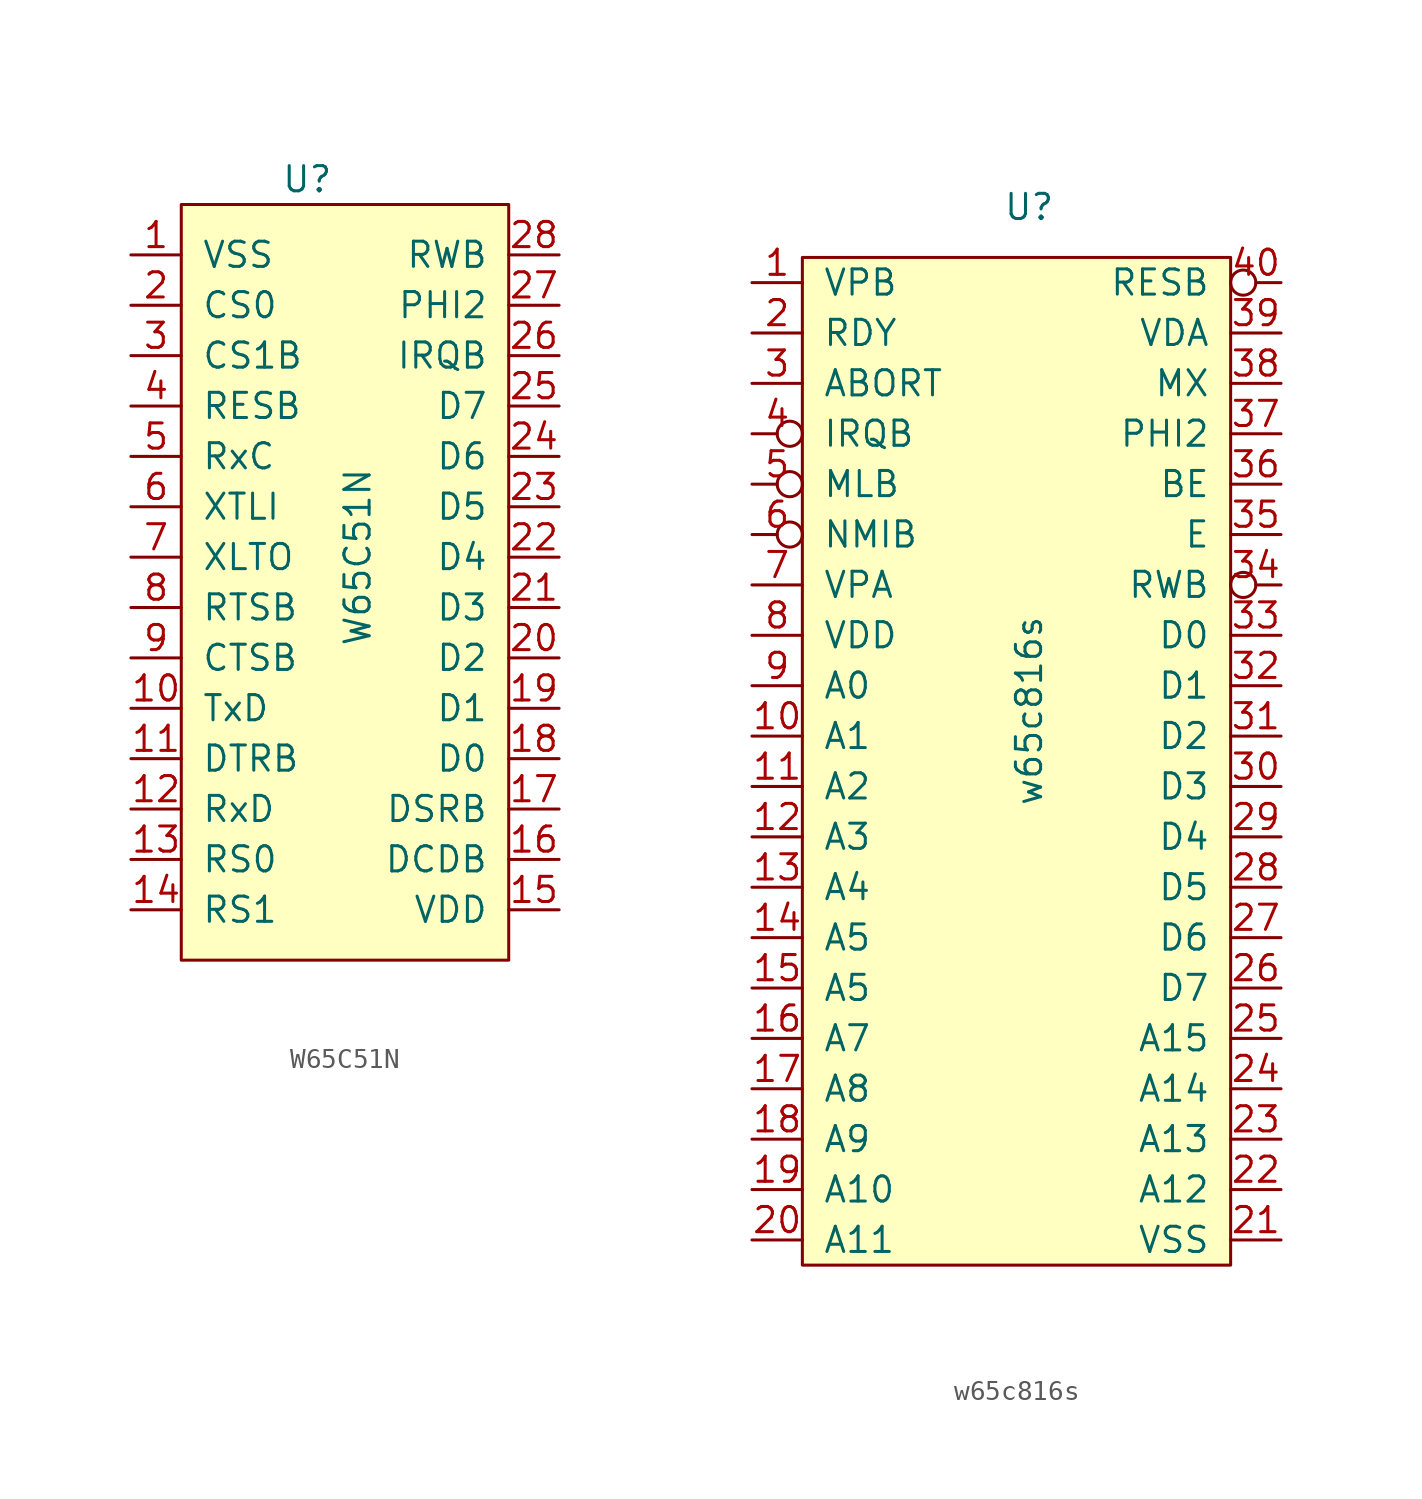
<source format=kicad_sym>
(kicad_symbol_lib
  (version 20241209)
  (generator "kicad_symbol_editor")
  (generator_version "9.0")
  (symbol "W65C51N"
    (pin_names
      (offset 1.016))
    (property "Reference" "U"
      (at -2.54 19.05 0)
      (effects (font (size 1.27 1.27))))
    (property "Value" "W65C51N"
      (at 0 0 90)
      (effects (font (size 1.27 1.27))))
    (symbol "W65C51N_0_1"
      (rectangle (start -8.89 17.78) (end 7.62 -20.32) (stroke (width 0) (type solid)) (fill (type background))))
    (symbol "W65C51N_1_1"
      (pin power_in line (at -11.43 15.24 0) (length 2.54) (name "VSS" (effects (font (size 1.27 1.27)))) (number "1" (effects (font (size 1.27 1.27)))))
      (pin input line (at -11.43 12.7 0) (length 2.54) (name "CS0" (effects (font (size 1.27 1.27)))) (number "2" (effects (font (size 1.27 1.27)))))
      (pin input line (at -11.43 10.16 0) (length 2.54) (name "CS1B" (effects (font (size 1.27 1.27)))) (number "3" (effects (font (size 1.27 1.27)))))
      (pin input line (at -11.43 7.62 0) (length 2.54) (name "RESB" (effects (font (size 1.27 1.27)))) (number "4" (effects (font (size 1.27 1.27)))))
      (pin bidirectional line (at -11.43 5.08 0) (length 2.54) (name "RxC" (effects (font (size 1.27 1.27)))) (number "5" (effects (font (size 1.27 1.27)))))
      (pin input line (at -11.43 2.54 0) (length 2.54) (name "XTLI" (effects (font (size 1.27 1.27)))) (number "6" (effects (font (size 1.27 1.27)))))
      (pin output line (at -11.43 0 0) (length 2.54) (name "XLTO" (effects (font (size 1.27 1.27)))) (number "7" (effects (font (size 1.27 1.27)))))
      (pin output line (at -11.43 -2.54 0) (length 2.54) (name "RTSB" (effects (font (size 1.27 1.27)))) (number "8" (effects (font (size 1.27 1.27)))))
      (pin input line (at -11.43 -5.08 0) (length 2.54) (name "CTSB" (effects (font (size 1.27 1.27)))) (number "9" (effects (font (size 1.27 1.27)))))
      (pin output line (at -11.43 -7.62 0) (length 2.54) (name "TxD" (effects (font (size 1.27 1.27)))) (number "10" (effects (font (size 1.27 1.27)))))
      (pin output line (at -11.43 -10.16 0) (length 2.54) (name "DTRB" (effects (font (size 1.27 1.27)))) (number "11" (effects (font (size 1.27 1.27)))))
      (pin input line (at -11.43 -12.7 0) (length 2.54) (name "RxD" (effects (font (size 1.27 1.27)))) (number "12" (effects (font (size 1.27 1.27)))))
      (pin input line (at -11.43 -15.24 0) (length 2.54) (name "RS0" (effects (font (size 1.27 1.27)))) (number "13" (effects (font (size 1.27 1.27)))))
      (pin input line (at -11.43 -17.78 0) (length 2.54) (name "RS1" (effects (font (size 1.27 1.27)))) (number "14" (effects (font (size 1.27 1.27)))))
      (pin input line (at 10.16 15.24 180) (length 2.54) (name "RWB" (effects (font (size 1.27 1.27)))) (number "28" (effects (font (size 1.27 1.27)))))
      (pin input line (at 10.16 12.7 180) (length 2.54) (name "PHI2" (effects (font (size 1.27 1.27)))) (number "27" (effects (font (size 1.27 1.27)))))
      (pin open_collector line (at 10.16 10.16 180) (length 2.54) (name "IRQB" (effects (font (size 1.27 1.27)))) (number "26" (effects (font (size 1.27 1.27)))))
      (pin tri_state line (at 10.16 7.62 180) (length 2.54) (name "D7" (effects (font (size 1.27 1.27)))) (number "25" (effects (font (size 1.27 1.27)))))
      (pin tri_state line (at 10.16 5.08 180) (length 2.54) (name "D6" (effects (font (size 1.27 1.27)))) (number "24" (effects (font (size 1.27 1.27)))))
      (pin tri_state line (at 10.16 2.54 180) (length 2.54) (name "D5" (effects (font (size 1.27 1.27)))) (number "23" (effects (font (size 1.27 1.27)))))
      (pin tri_state line (at 10.16 0 180) (length 2.54) (name "D4" (effects (font (size 1.27 1.27)))) (number "22" (effects (font (size 1.27 1.27)))))
      (pin tri_state line (at 10.16 -2.54 180) (length 2.54) (name "D3" (effects (font (size 1.27 1.27)))) (number "21" (effects (font (size 1.27 1.27)))))
      (pin tri_state line (at 10.16 -5.08 180) (length 2.54) (name "D2" (effects (font (size 1.27 1.27)))) (number "20" (effects (font (size 1.27 1.27)))))
      (pin tri_state line (at 10.16 -7.62 180) (length 2.54) (name "D1" (effects (font (size 1.27 1.27)))) (number "19" (effects (font (size 1.27 1.27)))))
      (pin tri_state line (at 10.16 -10.16 180) (length 2.54) (name "D0" (effects (font (size 1.27 1.27)))) (number "18" (effects (font (size 1.27 1.27)))))
      (pin input line (at 10.16 -12.7 180) (length 2.54) (name "DSRB" (effects (font (size 1.27 1.27)))) (number "17" (effects (font (size 1.27 1.27)))))
      (pin input line (at 10.16 -15.24 180) (length 2.54) (name "DCDB" (effects (font (size 1.27 1.27)))) (number "16" (effects (font (size 1.27 1.27)))))
      (pin power_in line (at 10.16 -17.78 180) (length 2.54) (name "VDD" (effects (font (size 1.27 1.27)))) (number "15" (effects (font (size 1.27 1.27)))))))
  (symbol "w65c816s"
    (pin_names
      (offset 1.016))
    (property "Reference" "U"
      (at 0 25.4 0)
      (effects (font (size 1.27 1.27))))
    (property "Value" "w65c816s"
      (at 0 0 90)
      (effects (font (size 1.27 1.27))))
    (symbol "w65c816s_0_1"
      (rectangle (start -11.43 -27.94) (end 10.16 22.86) (stroke (width 0) (type solid)) (fill (type background))))
    (symbol "w65c816s_1_1"
      (pin output line (at -13.97 21.59 0) (length 2.54) (name "VPB" (effects (font (size 1.27 1.27)))) (number "1" (effects (font (size 1.27 1.27)))))
      (pin bidirectional line (at -13.97 19.05 0) (length 2.54) (name "RDY" (effects (font (size 1.27 1.27)))) (number "2" (effects (font (size 1.27 1.27)))))
      (pin input line (at -13.97 16.51 0) (length 2.54) (name "ABORT" (effects (font (size 1.27 1.27)))) (number "3" (effects (font (size 1.27 1.27)))))
      (pin input inverted (at -13.97 13.97 0) (length 2.54) (name "IRQB" (effects (font (size 1.27 1.27)))) (number "4" (effects (font (size 1.27 1.27)))))
      (pin output inverted (at -13.97 11.43 0) (length 2.54) (name "MLB" (effects (font (size 1.27 1.27)))) (number "5" (effects (font (size 1.27 1.27)))))
      (pin input inverted (at -13.97 8.89 0) (length 2.54) (name "NMIB" (effects (font (size 1.27 1.27)))) (number "6" (effects (font (size 1.27 1.27)))))
      (pin output line (at -13.97 6.35 0) (length 2.54) (name "VPA" (effects (font (size 1.27 1.27)))) (number "7" (effects (font (size 1.27 1.27)))))
      (pin power_in line (at -13.97 3.81 0) (length 2.54) (name "VDD" (effects (font (size 1.27 1.27)))) (number "8" (effects (font (size 1.27 1.27)))))
      (pin output line (at -13.97 1.27 0) (length 2.54) (name "A0" (effects (font (size 1.27 1.27)))) (number "9" (effects (font (size 1.27 1.27)))))
      (pin output line (at -13.97 -1.27 0) (length 2.54) (name "A1" (effects (font (size 1.27 1.27)))) (number "10" (effects (font (size 1.27 1.27)))))
      (pin output line (at -13.97 -3.81 0) (length 2.54) (name "A2" (effects (font (size 1.27 1.27)))) (number "11" (effects (font (size 1.27 1.27)))))
      (pin output line (at -13.97 -6.35 0) (length 2.54) (name "A3" (effects (font (size 1.27 1.27)))) (number "12" (effects (font (size 1.27 1.27)))))
      (pin output line (at -13.97 -8.89 0) (length 2.54) (name "A4" (effects (font (size 1.27 1.27)))) (number "13" (effects (font (size 1.27 1.27)))))
      (pin output line (at -13.97 -11.43 0) (length 2.54) (name "A5" (effects (font (size 1.27 1.27)))) (number "14" (effects (font (size 1.27 1.27)))))
      (pin output line (at -13.97 -13.97 0) (length 2.54) (name "A5" (effects (font (size 1.27 1.27)))) (number "15" (effects (font (size 1.27 1.27)))))
      (pin output line (at -13.97 -16.51 0) (length 2.54) (name "A7" (effects (font (size 1.27 1.27)))) (number "16" (effects (font (size 1.27 1.27)))))
      (pin output line (at -13.97 -19.05 0) (length 2.54) (name "A8" (effects (font (size 1.27 1.27)))) (number "17" (effects (font (size 1.27 1.27)))))
      (pin output line (at -13.97 -21.59 0) (length 2.54) (name "A9" (effects (font (size 1.27 1.27)))) (number "18" (effects (font (size 1.27 1.27)))))
      (pin output line (at -13.97 -24.13 0) (length 2.54) (name "A10" (effects (font (size 1.27 1.27)))) (number "19" (effects (font (size 1.27 1.27)))))
      (pin output line (at -13.97 -26.67 0) (length 2.54) (name "A11" (effects (font (size 1.27 1.27)))) (number "20" (effects (font (size 1.27 1.27)))))
      (pin input inverted (at 12.7 21.59 180) (length 2.54) (name "RESB" (effects (font (size 1.27 1.27)))) (number "40" (effects (font (size 1.27 1.27)))))
      (pin output line (at 12.7 19.05 180) (length 2.54) (name "VDA" (effects (font (size 1.27 1.27)))) (number "39" (effects (font (size 1.27 1.27)))))
      (pin output line (at 12.7 16.51 180) (length 2.54) (name "MX" (effects (font (size 1.27 1.27)))) (number "38" (effects (font (size 1.27 1.27)))))
      (pin input line (at 12.7 13.97 180) (length 2.54) (name "PHI2" (effects (font (size 1.27 1.27)))) (number "37" (effects (font (size 1.27 1.27)))))
      (pin input line (at 12.7 11.43 180) (length 2.54) (name "BE" (effects (font (size 1.27 1.27)))) (number "36" (effects (font (size 1.27 1.27)))))
      (pin output line (at 12.7 8.89 180) (length 2.54) (name "E" (effects (font (size 1.27 1.27)))) (number "35" (effects (font (size 1.27 1.27)))))
      (pin output inverted (at 12.7 6.35 180) (length 2.54) (name "RWB" (effects (font (size 1.27 1.27)))) (number "34" (effects (font (size 1.27 1.27)))))
      (pin bidirectional line (at 12.7 3.81 180) (length 2.54) (name "D0" (effects (font (size 1.27 1.27)))) (number "33" (effects (font (size 1.27 1.27)))))
      (pin bidirectional line (at 12.7 1.27 180) (length 2.54) (name "D1" (effects (font (size 1.27 1.27)))) (number "32" (effects (font (size 1.27 1.27)))))
      (pin bidirectional line (at 12.7 -1.27 180) (length 2.54) (name "D2" (effects (font (size 1.27 1.27)))) (number "31" (effects (font (size 1.27 1.27)))))
      (pin bidirectional line (at 12.7 -3.81 180) (length 2.54) (name "D3" (effects (font (size 1.27 1.27)))) (number "30" (effects (font (size 1.27 1.27)))))
      (pin bidirectional line (at 12.7 -6.35 180) (length 2.54) (name "D4" (effects (font (size 1.27 1.27)))) (number "29" (effects (font (size 1.27 1.27)))))
      (pin bidirectional line (at 12.7 -8.89 180) (length 2.54) (name "D5" (effects (font (size 1.27 1.27)))) (number "28" (effects (font (size 1.27 1.27)))))
      (pin bidirectional line (at 12.7 -11.43 180) (length 2.54) (name "D6" (effects (font (size 1.27 1.27)))) (number "27" (effects (font (size 1.27 1.27)))))
      (pin bidirectional line (at 12.7 -13.97 180) (length 2.54) (name "D7" (effects (font (size 1.27 1.27)))) (number "26" (effects (font (size 1.27 1.27)))))
      (pin output line (at 12.7 -16.51 180) (length 2.54) (name "A15" (effects (font (size 1.27 1.27)))) (number "25" (effects (font (size 1.27 1.27)))))
      (pin output line (at 12.7 -19.05 180) (length 2.54) (name "A14" (effects (font (size 1.27 1.27)))) (number "24" (effects (font (size 1.27 1.27)))))
      (pin output line (at 12.7 -21.59 180) (length 2.54) (name "A13" (effects (font (size 1.27 1.27)))) (number "23" (effects (font (size 1.27 1.27)))))
      (pin output line (at 12.7 -24.13 180) (length 2.54) (name "A12" (effects (font (size 1.27 1.27)))) (number "22" (effects (font (size 1.27 1.27)))))
      (pin power_in line (at 12.7 -26.67 180) (length 2.54) (name "VSS" (effects (font (size 1.27 1.27)))) (number "21" (effects (font (size 1.27 1.27))))))))
</source>
